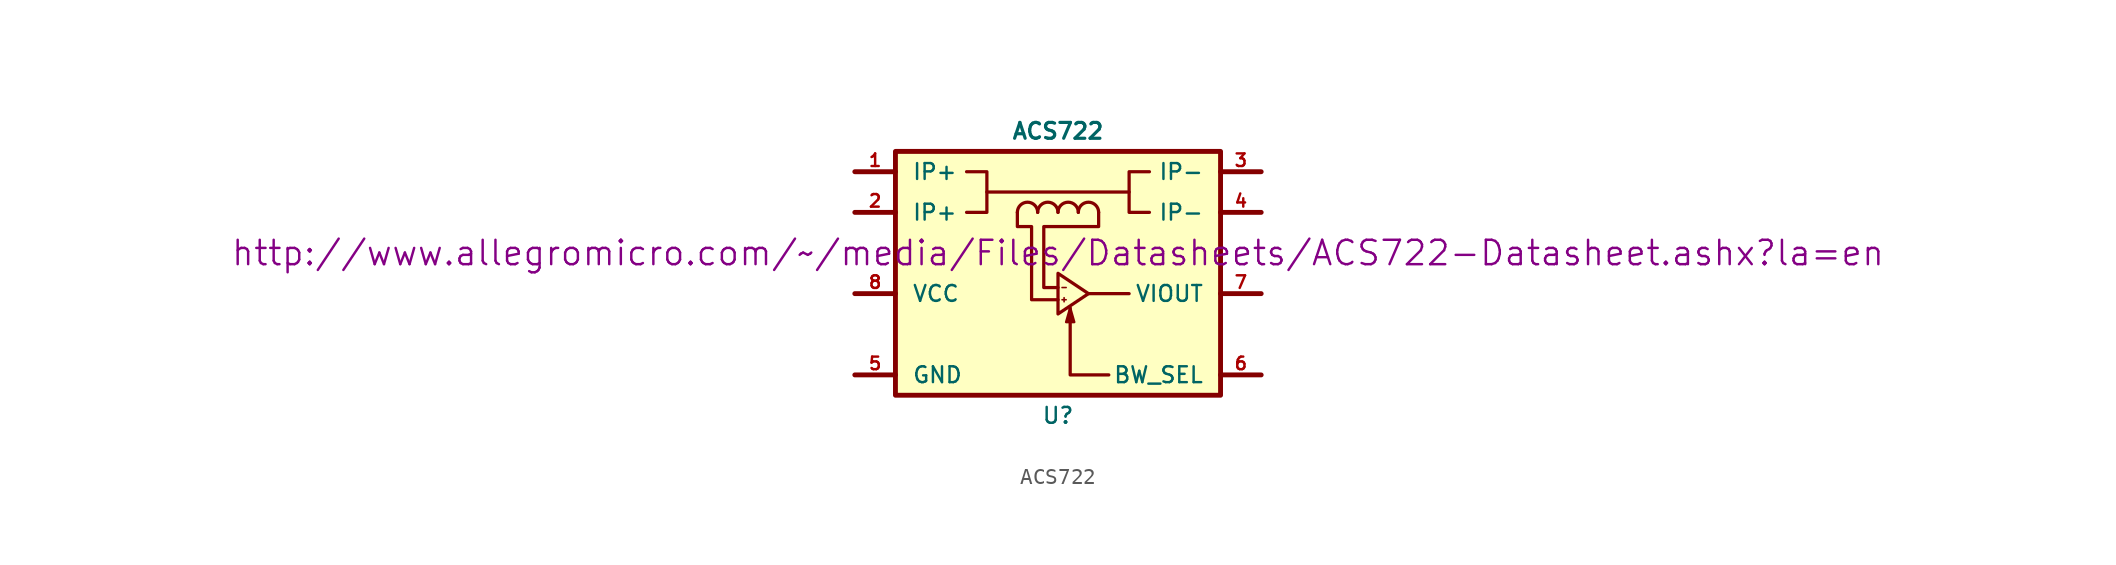
<source format=kicad_sym>
(kicad_symbol_lib
  (version 20211014)
  (generator kicad_symbol_editor)
  (symbol "ACS722"
    (pin_names
      (offset 1.016))
    (property "Reference" "U"
      (at 0 -8.89 0)
      (effects (font (size 0.991 0.991))))
    (property "Value" "ACS722"
      (at 0 8.89 0)
      (effects (font (size 0.991 0.991) bold)))
    (property "Footprint" ""
      (at 0 10.795 0)
      (effects (font (size 0.991 0.991))))
    (property "Datasheet" "http://www.allegromicro.com/~/media/Files/Datasheets/ACS722-Datasheet.ashx?la=en"
      (at 0 1.27 0)
      (effects (font (size 1.524 1.524))))
    (symbol "ACS722_0_1"
      (arc (start -1.27 3.81) (mid -1.905 4.445) (end -2.54 3.81) (stroke (width 0.2032) (type default) (color 0 0 0 0)) (fill (type none)))
      (polyline (pts (xy -12.7 -6.35) (xy -10.16 -6.35)) (stroke (width 0.305) (type default) (color 0 0 0 0)) (fill (type none)))
      (polyline (pts (xy -12.7 -1.27) (xy -10.16 -1.27)) (stroke (width 0.305) (type default) (color 0 0 0 0)) (fill (type none)))
      (polyline (pts (xy -12.7 3.81) (xy -10.16 3.81)) (stroke (width 0.305) (type default) (color 0 0 0 0)) (fill (type none)))
      (polyline (pts (xy -12.7 6.35) (xy -10.16 6.35)) (stroke (width 0.305) (type default) (color 0 0 0 0)) (fill (type none)))
      (polyline (pts (xy -4.445 5.08) (xy 4.445 5.08)) (stroke (width 0.203) (type default) (color 0 0 0 0)) (fill (type none)))
      (polyline (pts (xy 0.254 -1.651) (xy 0.508 -1.651)) (stroke (width 0.102) (type default) (color 0 0 0 0)) (fill (type none)))
      (polyline (pts (xy 0.254 -0.889) (xy 0.508 -0.889)) (stroke (width 0.102) (type default) (color 0 0 0 0)) (fill (type none)))
      (polyline (pts (xy 0.381 -1.524) (xy 0.381 -1.778)) (stroke (width 0.102) (type default) (color 0 0 0 0)) (fill (type none)))
      (polyline (pts (xy 4.445 -1.27) (xy 1.905 -1.27)) (stroke (width 0.203) (type default) (color 0 0 0 0)) (fill (type none)))
      (polyline (pts (xy 10.16 -6.35) (xy 12.7 -6.35)) (stroke (width 0.305) (type default) (color 0 0 0 0)) (fill (type none)))
      (polyline (pts (xy 10.16 -1.27) (xy 12.7 -1.27)) (stroke (width 0.305) (type default) (color 0 0 0 0)) (fill (type none)))
      (polyline (pts (xy 10.16 3.81) (xy 12.7 3.81)) (stroke (width 0.305) (type default) (color 0 0 0 0)) (fill (type none)))
      (polyline (pts (xy 10.16 6.35) (xy 12.7 6.35)) (stroke (width 0.305) (type default) (color 0 0 0 0)) (fill (type none)))
      (polyline (pts (xy 0.762 -2.159) (xy 0.762 -6.35) (xy 3.175 -6.35)) (stroke (width 0.203) (type default) (color 0 0 0 0)) (fill (type none)))
      (polyline (pts (xy -5.715 6.35) (xy -4.445 6.35) (xy -4.445 3.81) (xy -5.715 3.81)) (stroke (width 0.203) (type default) (color 0 0 0 0)) (fill (type none)))
      (polyline (pts (xy 0.762 -2.159) (xy 0.508 -3.048) (xy 1.016 -3.048) (xy 0.762 -2.159)) (stroke (width 0) (type default) (color 0 0 0 0)) (fill (type outline)))
      (polyline (pts (xy 1.905 -1.27) (xy 0 0) (xy 0 -2.54) (xy 1.905 -1.27)) (stroke (width 0.203) (type default) (color 0 0 0 0)) (fill (type background)))
      (polyline (pts (xy 5.715 6.35) (xy 4.445 6.35) (xy 4.445 3.81) (xy 5.715 3.81)) (stroke (width 0.203) (type default) (color 0 0 0 0)) (fill (type none)))
      (polyline (pts (xy -10.16 7.62) (xy 10.16 7.62) (xy 10.16 -7.62) (xy -10.16 -7.62) (xy -10.16 7.62)) (stroke (width 0.305) (type default) (color 0 0 0 0)) (fill (type background)))
      (polyline (pts (xy -2.54 3.81) (xy -2.54 2.921) (xy -1.651 2.921) (xy -1.651 -1.651) (xy 0 -1.651)) (stroke (width 0.203) (type default) (color 0 0 0 0)) (fill (type none)))
      (polyline (pts (xy 2.54 3.81) (xy 2.54 2.921) (xy -0.889 2.921) (xy -0.889 -0.889) (xy 0 -0.889)) (stroke (width 0.203) (type default) (color 0 0 0 0)) (fill (type none)))
      (arc (start 0 3.81) (mid -0.635 4.445) (end -1.27 3.81) (stroke (width 0.2032) (type default) (color 0 0 0 0)) (fill (type none)))
      (arc (start 1.27 3.81) (mid 0.635 4.445) (end 0 3.81) (stroke (width 0.2032) (type default) (color 0 0 0 0)) (fill (type none)))
      (arc (start 2.54 3.81) (mid 1.905 4.445) (end 1.27 3.81) (stroke (width 0.2032) (type default) (color 0 0 0 0)) (fill (type none))))
    (symbol "ACS722_1_1"
      (pin input line (at -12.7 6.35 0) (length 2.54) (name "IP+" (effects (font (size 0.991 0.991)))) (number "1" (effects (font (size 0.787 0.787)))))
      (pin input line (at -12.7 3.81 0) (length 2.54) (name "IP+" (effects (font (size 0.991 0.991)))) (number "2" (effects (font (size 0.787 0.787)))))
      (pin input line (at 12.7 6.35 180) (length 2.54) (name "IP-" (effects (font (size 0.991 0.991)))) (number "3" (effects (font (size 0.787 0.787)))))
      (pin input line (at 12.7 3.81 180) (length 2.54) (name "IP-" (effects (font (size 0.991 0.991)))) (number "4" (effects (font (size 0.787 0.787)))))
      (pin power_in line (at -12.7 -6.35 0) (length 2.54) (name "GND" (effects (font (size 0.991 0.991)))) (number "5" (effects (font (size 0.787 0.787)))))
      (pin input line (at 12.7 -6.35 180) (length 2.54) (name "BW_SEL" (effects (font (size 0.991 0.991)))) (number "6" (effects (font (size 0.787 0.787)))))
      (pin output line (at 12.7 -1.27 180) (length 2.54) (name "VIOUT" (effects (font (size 0.991 0.991)))) (number "7" (effects (font (size 0.787 0.787)))))
      (pin power_in line (at -12.7 -1.27 0) (length 2.54) (name "VCC" (effects (font (size 0.991 0.991)))) (number "8" (effects (font (size 0.787 0.787))))))))
</source>
